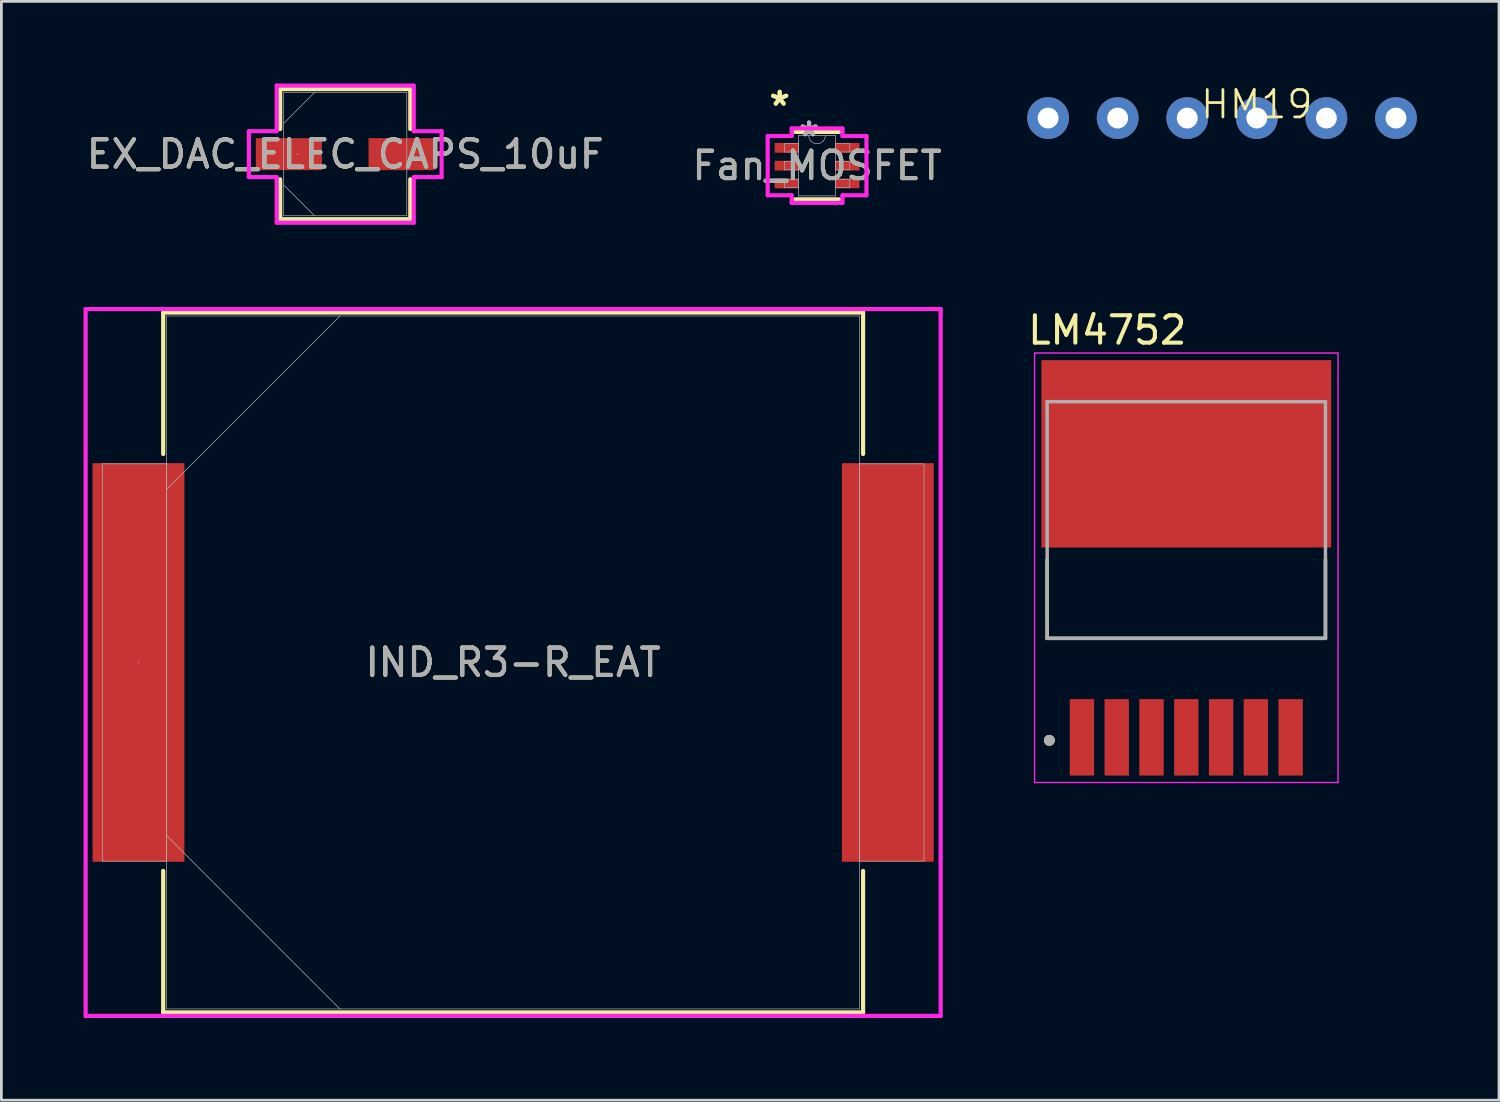
<source format=kicad_pcb>
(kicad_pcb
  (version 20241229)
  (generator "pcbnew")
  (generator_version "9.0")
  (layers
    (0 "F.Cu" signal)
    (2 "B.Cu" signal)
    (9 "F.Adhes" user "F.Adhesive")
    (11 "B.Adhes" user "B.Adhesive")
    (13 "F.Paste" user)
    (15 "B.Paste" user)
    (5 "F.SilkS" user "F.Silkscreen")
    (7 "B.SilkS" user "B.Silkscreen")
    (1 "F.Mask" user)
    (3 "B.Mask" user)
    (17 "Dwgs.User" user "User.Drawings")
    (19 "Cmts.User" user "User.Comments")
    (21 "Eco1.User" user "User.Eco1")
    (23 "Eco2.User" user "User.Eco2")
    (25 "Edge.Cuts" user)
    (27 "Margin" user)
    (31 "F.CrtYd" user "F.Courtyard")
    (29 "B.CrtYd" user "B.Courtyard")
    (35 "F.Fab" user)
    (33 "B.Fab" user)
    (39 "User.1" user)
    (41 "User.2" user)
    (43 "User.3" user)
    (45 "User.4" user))
  (footprint "Fan_MOSFET"
    (layer "F.Cu")
    (at 26.78 2.997)
    (property "Reference" "Fan_MOSFET" (at 0 0 0) (unlocked yes) (layer "F.SilkS") (effects (font (size 1 1) (thickness 0.15))))
    (attr smd)
    (fp_line (start -0.8 1.232) (end 0.8 1.232) (stroke (width 0.152) (type solid)) (layer "F.SilkS"))
    (fp_line (start 0.8 -1.232) (end -0.8 -1.232) (stroke (width 0.152) (type solid)) (layer "F.SilkS"))
    (fp_line (start -1.803 -1.082) (end -0.927 -1.082) (stroke (width 0.152) (type solid)) (layer "F.CrtYd"))
    (fp_line (start -1.803 1.082) (end -1.803 -1.082) (stroke (width 0.152) (type solid)) (layer "F.CrtYd"))
    (fp_line (start -1.803 1.082) (end -0.927 1.082) (stroke (width 0.152) (type solid)) (layer "F.CrtYd"))
    (fp_line (start -0.927 -1.359) (end 0.927 -1.359) (stroke (width 0.152) (type solid)) (layer "F.CrtYd"))
    (fp_line (start -0.927 -1.082) (end -0.927 -1.359) (stroke (width 0.152) (type solid)) (layer "F.CrtYd"))
    (fp_line (start -0.927 1.359) (end -0.927 1.082) (stroke (width 0.152) (type solid)) (layer "F.CrtYd"))
    (fp_line (start 0.927 -1.359) (end 0.927 -1.082) (stroke (width 0.152) (type solid)) (layer "F.CrtYd"))
    (fp_line (start 0.927 1.082) (end 0.927 1.359) (stroke (width 0.152) (type solid)) (layer "F.CrtYd"))
    (fp_line (start 0.927 1.359) (end -0.927 1.359) (stroke (width 0.152) (type solid)) (layer "F.CrtYd"))
    (fp_line (start 1.803 -1.082) (end 0.927 -1.082) (stroke (width 0.152) (type solid)) (layer "F.CrtYd"))
    (fp_line (start 1.803 -1.082) (end 1.803 1.082) (stroke (width 0.152) (type solid)) (layer "F.CrtYd"))
    (fp_line (start 1.803 1.082) (end 0.927 1.082) (stroke (width 0.152) (type solid)) (layer "F.CrtYd"))
    (fp_line (start -1.194 -0.802) (end -1.194 -0.498) (stroke (width 0.025) (type solid)) (layer "F.Fab"))
    (fp_line (start -1.194 -0.498) (end -0.673 -0.498) (stroke (width 0.025) (type solid)) (layer "F.Fab"))
    (fp_line (start -1.194 -0.152) (end -1.194 0.152) (stroke (width 0.025) (type solid)) (layer "F.Fab"))
    (fp_line (start -1.194 0.152) (end -0.673 0.152) (stroke (width 0.025) (type solid)) (layer "F.Fab"))
    (fp_line (start -1.194 0.498) (end -1.194 0.802) (stroke (width 0.025) (type solid)) (layer "F.Fab"))
    (fp_line (start -1.194 0.802) (end -0.673 0.802) (stroke (width 0.025) (type solid)) (layer "F.Fab"))
    (fp_line (start -0.673 -1.105) (end -0.673 1.105) (stroke (width 0.025) (type solid)) (layer "F.Fab"))
    (fp_line (start -0.673 -0.802) (end -1.194 -0.802) (stroke (width 0.025) (type solid)) (layer "F.Fab"))
    (fp_line (start -0.673 -0.498) (end -0.673 -0.802) (stroke (width 0.025) (type solid)) (layer "F.Fab"))
    (fp_line (start -0.673 -0.152) (end -1.194 -0.152) (stroke (width 0.025) (type solid)) (layer "F.Fab"))
    (fp_line (start -0.673 0.152) (end -0.673 -0.152) (stroke (width 0.025) (type solid)) (layer "F.Fab"))
    (fp_line (start -0.673 0.498) (end -1.194 0.498) (stroke (width 0.025) (type solid)) (layer "F.Fab"))
    (fp_line (start -0.673 0.802) (end -0.673 0.498) (stroke (width 0.025) (type solid)) (layer "F.Fab"))
    (fp_line (start -0.673 1.105) (end 0.673 1.105) (stroke (width 0.025) (type solid)) (layer "F.Fab"))
    (fp_line (start 0.673 -1.105) (end -0.673 -1.105) (stroke (width 0.025) (type solid)) (layer "F.Fab"))
    (fp_line (start 0.673 -0.802) (end 0.673 -0.498) (stroke (width 0.025) (type solid)) (layer "F.Fab"))
    (fp_line (start 0.673 -0.498) (end 1.194 -0.498) (stroke (width 0.025) (type solid)) (layer "F.Fab"))
    (fp_line (start 0.673 -0.152) (end 0.673 0.152) (stroke (width 0.025) (type solid)) (layer "F.Fab"))
    (fp_line (start 0.673 0.152) (end 1.194 0.152) (stroke (width 0.025) (type solid)) (layer "F.Fab"))
    (fp_line (start 0.673 0.498) (end 0.673 0.802) (stroke (width 0.025) (type solid)) (layer "F.Fab"))
    (fp_line (start 0.673 0.802) (end 1.194 0.802) (stroke (width 0.025) (type solid)) (layer "F.Fab"))
    (fp_line (start 0.673 1.105) (end 0.673 -1.105) (stroke (width 0.025) (type solid)) (layer "F.Fab"))
    (fp_line (start 1.194 -0.802) (end 0.673 -0.802) (stroke (width 0.025) (type solid)) (layer "F.Fab"))
    (fp_line (start 1.194 -0.498) (end 1.194 -0.802) (stroke (width 0.025) (type solid)) (layer "F.Fab"))
    (fp_line (start 1.194 -0.152) (end 0.673 -0.152) (stroke (width 0.025) (type solid)) (layer "F.Fab"))
    (fp_line (start 1.194 0.152) (end 1.194 -0.152) (stroke (width 0.025) (type solid)) (layer "F.Fab"))
    (fp_line (start 1.194 0.498) (end 0.673 0.498) (stroke (width 0.025) (type solid)) (layer "F.Fab"))
    (fp_line (start 1.194 0.802) (end 1.194 0.498) (stroke (width 0.025) (type solid)) (layer "F.Fab"))
    (fp_arc (start 0.3048 -1.1049) (mid 0 -0.8001) (end -0.3048 -1.1049) (stroke (width 0.0254) (type solid)) (layer "F.Fab"))
    (fp_text user "*" (at -1.365 -2.149 0) (layer "F.SilkS") (effects (font (size 1 1) (thickness 0.15))))
    (fp_text user "*" (at -1.365 -2.149 0) (unlocked yes) (layer "F.SilkS") (effects (font (size 1 1) (thickness 0.15))))
    (fp_text user "${REFERENCE}" (at 0 0 0) (unlocked yes) (layer "F.Fab") (effects (font (size 1 1) (thickness 0.15))))
    (fp_text user "*" (at -0.292 -1.029 0) (layer "F.Fab") (effects (font (size 1 1) (thickness 0.15))))
    (fp_text user "*" (at -0.292 -1.029 0) (unlocked yes) (layer "F.Fab") (effects (font (size 1 1) (thickness 0.15))))
    (pad "1" smd rect (at -1.111 -0.65) (size 0.876 0.356) (layers "F.Cu" "F.Mask" "F.Paste"))
    (pad "2" smd rect (at -1.111 0) (size 0.876 0.356) (layers "F.Cu" "F.Mask" "F.Paste"))
    (pad "3" smd rect (at -1.111 0.65) (size 0.876 0.356) (layers "F.Cu" "F.Mask" "F.Paste"))
    (pad "4" smd rect (at 1.111 0.65) (size 0.876 0.356) (layers "F.Cu" "F.Mask" "F.Paste"))
    (pad "5" smd rect (at 1.111 0) (size 0.876 0.356) (layers "F.Cu" "F.Mask" "F.Paste"))
    (pad "6" smd rect (at 1.111 -0.65) (size 0.876 0.356) (layers "F.Cu" "F.Mask" "F.Paste")))
  (footprint "LM4752"
    (layer "F.Cu")
    (at 40.26 17.679)
    (property "Reference" "LM4752" (at -2.885 -8.675 0) (layer "F.SilkS") (effects (font (size 1 1) (thickness 0.15))))
    (attr smd)
    (fp_line (start -5.08 -0.3) (end -5.08 2.575) (stroke (width 0.127) (type solid)) (layer "F.SilkS"))
    (fp_line (start -5.08 2.575) (end 5.08 2.575) (stroke (width 0.127) (type solid)) (layer "F.SilkS"))
    (fp_line (start 5.08 2.575) (end 5.08 -0.3) (stroke (width 0.127) (type solid)) (layer "F.SilkS"))
    (fp_circle (center -5 6.3) (end -4.9 6.3) (stroke (width 0.2) (type solid)) (fill no) (layer "F.SilkS"))
    (fp_poly (pts (xy -5.03 -6.825) (xy -3.77 -6.825) (xy -3.77 -4.915) (xy -5.03 -4.915)) (stroke (width 0.01) (type solid)) (fill yes) (layer "F.Paste"))
    (fp_poly (pts (xy -5.03 -3.405) (xy -3.77 -3.405) (xy -3.77 -1.495) (xy -5.03 -1.495)) (stroke (width 0.01) (type solid)) (fill yes) (layer "F.Paste"))
    (fp_poly (pts (xy -3.27 -6.825) (xy -2.01 -6.825) (xy -2.01 -4.915) (xy -3.27 -4.915)) (stroke (width 0.01) (type solid)) (fill yes) (layer "F.Paste"))
    (fp_poly (pts (xy -3.27 -3.405) (xy -2.01 -3.405) (xy -2.01 -1.495) (xy -3.27 -1.495)) (stroke (width 0.01) (type solid)) (fill yes) (layer "F.Paste"))
    (fp_poly (pts (xy -1.51 -6.825) (xy -0.25 -6.825) (xy -0.25 -4.915) (xy -1.51 -4.915)) (stroke (width 0.01) (type solid)) (fill yes) (layer "F.Paste"))
    (fp_poly (pts (xy -1.51 -3.405) (xy -0.25 -3.405) (xy -0.25 -1.495) (xy -1.51 -1.495)) (stroke (width 0.01) (type solid)) (fill yes) (layer "F.Paste"))
    (fp_poly (pts (xy 0.25 -6.825) (xy 1.51 -6.825) (xy 1.51 -4.915) (xy 0.25 -4.915)) (stroke (width 0.01) (type solid)) (fill yes) (layer "F.Paste"))
    (fp_poly (pts (xy 0.25 -3.405) (xy 1.51 -3.405) (xy 1.51 -1.495) (xy 0.25 -1.495)) (stroke (width 0.01) (type solid)) (fill yes) (layer "F.Paste"))
    (fp_poly (pts (xy 2.01 -6.825) (xy 3.27 -6.825) (xy 3.27 -4.915) (xy 2.01 -4.915)) (stroke (width 0.01) (type solid)) (fill yes) (layer "F.Paste"))
    (fp_poly (pts (xy 2.01 -3.405) (xy 3.27 -3.405) (xy 3.27 -1.495) (xy 2.01 -1.495)) (stroke (width 0.01) (type solid)) (fill yes) (layer "F.Paste"))
    (fp_poly (pts (xy 3.77 -6.825) (xy 5.03 -6.825) (xy 5.03 -4.915) (xy 3.77 -4.915)) (stroke (width 0.01) (type solid)) (fill yes) (layer "F.Paste"))
    (fp_poly (pts (xy 3.77 -3.405) (xy 5.03 -3.405) (xy 5.03 -1.495) (xy 3.77 -1.495)) (stroke (width 0.01) (type solid)) (fill yes) (layer "F.Paste"))
    (fp_line (start -5.54 -7.84) (end 5.54 -7.84) (stroke (width 0.05) (type solid)) (layer "F.CrtYd"))
    (fp_line (start -5.54 7.84) (end -5.54 -7.84) (stroke (width 0.05) (type solid)) (layer "F.CrtYd"))
    (fp_line (start 5.54 -7.84) (end 5.54 7.84) (stroke (width 0.05) (type solid)) (layer "F.CrtYd"))
    (fp_line (start 5.54 7.84) (end -5.54 7.84) (stroke (width 0.05) (type solid)) (layer "F.CrtYd"))
    (fp_line (start -5.08 -6.065) (end 5.08 -6.065) (stroke (width 0.127) (type solid)) (layer "F.Fab"))
    (fp_line (start -5.08 2.575) (end -5.08 -6.065) (stroke (width 0.127) (type solid)) (layer "F.Fab"))
    (fp_line (start -5.08 2.575) (end 5.08 2.575) (stroke (width 0.127) (type solid)) (layer "F.Fab"))
    (fp_line (start 5.08 -6.065) (end 5.08 2.575) (stroke (width 0.127) (type solid)) (layer "F.Fab"))
    (fp_circle (center -5 6.3) (end -4.9 6.3) (stroke (width 0.2) (type solid)) (fill no) (layer "F.Fab"))
    (pad "1" smd rect (at -3.81 6.19) (size 0.89 2.79) (layers "F.Cu" "F.Mask" "F.Paste"))
    (pad "2" smd rect (at -2.54 6.19) (size 0.89 2.79) (layers "F.Cu" "F.Mask" "F.Paste"))
    (pad "3" smd rect (at -1.27 6.19) (size 0.89 2.79) (layers "F.Cu" "F.Mask" "F.Paste"))
    (pad "4" smd rect (at 0 6.19) (size 0.89 2.79) (layers "F.Cu" "F.Mask" "F.Paste"))
    (pad "5" smd rect (at 1.27 6.19) (size 0.89 2.79) (layers "F.Cu" "F.Mask" "F.Paste"))
    (pad "6" smd rect (at 2.54 6.19) (size 0.89 2.79) (layers "F.Cu" "F.Mask" "F.Paste"))
    (pad "7" smd rect (at 3.81 6.19) (size 0.89 2.79) (layers "F.Cu" "F.Mask" "F.Paste"))
    (pad "8" smd rect (at 0 -4.16) (size 10.58 6.84) (layers "F.Cu" "F.Mask")))
  (footprint "HM19"
    (layer "F.Cu")
    (at 42.834 1.26)
    (property "Reference" "HM19" (at 0 -0.5 0) (unlocked yes) (layer "F.SilkS") (effects (font (size 1 1) (thickness 0.1))))
    (attr through_hole)
    (pad "1" thru_hole circle (at 0 0) (size 1.524 1.524) (drill 0.762) (layers "*.Cu" "*.Mask"))
    (pad "2" thru_hole circle (at 2.54 0) (size 1.524 1.524) (drill 0.762) (layers "*.Cu" "*.Mask"))
    (pad "3" thru_hole circle (at 5.08 0) (size 1.524 1.524) (drill 0.762) (layers "*.Cu" "*.Mask"))
    (pad "4" thru_hole circle (at -2.54 0) (size 1.524 1.524) (drill 0.762) (layers "*.Cu" "*.Mask"))
    (pad "5" thru_hole circle (at -5.08 0) (size 1.524 1.524) (drill 0.762) (layers "*.Cu" "*.Mask"))
    (pad "6" thru_hole circle (at -7.62 0) (size 1.524 1.524) (drill 0.762) (layers "*.Cu" "*.Mask")))
  (footprint "IND_R3-R_EAT"
    (layer "F.Cu")
    (at 15.684 21.136)
    (property "Reference" "IND_R3-R_EAT" (at 0 0 0) (unlocked yes) (layer "F.SilkS") (effects (font (size 1 1) (thickness 0.15))))
    (attr smd)
    (fp_line (start -12.776 -12.776) (end -12.776 -7.61) (stroke (width 0.152) (type solid)) (layer "F.SilkS"))
    (fp_line (start -12.776 7.61) (end -12.776 12.776) (stroke (width 0.152) (type solid)) (layer "F.SilkS"))
    (fp_line (start -12.776 12.776) (end 12.776 12.776) (stroke (width 0.152) (type solid)) (layer "F.SilkS"))
    (fp_line (start 12.776 -12.776) (end -12.776 -12.776) (stroke (width 0.152) (type solid)) (layer "F.SilkS"))
    (fp_line (start 12.776 -7.61) (end 12.776 -12.776) (stroke (width 0.152) (type solid)) (layer "F.SilkS"))
    (fp_line (start 12.776 12.776) (end 12.776 7.61) (stroke (width 0.152) (type solid)) (layer "F.SilkS"))
    (fp_line (start -15.608 -12.903) (end 15.608 -12.903) (stroke (width 0.152) (type solid)) (layer "F.CrtYd"))
    (fp_line (start -15.608 12.903) (end -15.608 -12.903) (stroke (width 0.152) (type solid)) (layer "F.CrtYd"))
    (fp_line (start 15.608 -12.903) (end 15.608 12.903) (stroke (width 0.152) (type solid)) (layer "F.CrtYd"))
    (fp_line (start 15.608 12.903) (end -15.608 12.903) (stroke (width 0.152) (type solid)) (layer "F.CrtYd"))
    (fp_line (start -14.999 -7.252) (end -14.999 7.252) (stroke (width 0.025) (type solid)) (layer "F.Fab"))
    (fp_line (start -14.999 7.252) (end -12.649 7.252) (stroke (width 0.025) (type solid)) (layer "F.Fab"))
    (fp_line (start -12.649 -12.649) (end -12.649 12.649) (stroke (width 0.025) (type solid)) (layer "F.Fab"))
    (fp_line (start -12.649 -7.252) (end -14.999 -7.252) (stroke (width 0.025) (type solid)) (layer "F.Fab"))
    (fp_line (start -12.649 -6.325) (end -6.325 -12.649) (stroke (width 0.025) (type solid)) (layer "F.Fab"))
    (fp_line (start -12.649 6.325) (end -6.325 12.649) (stroke (width 0.025) (type solid)) (layer "F.Fab"))
    (fp_line (start -12.649 7.252) (end -12.649 -7.252) (stroke (width 0.025) (type solid)) (layer "F.Fab"))
    (fp_line (start -12.649 12.649) (end 12.649 12.649) (stroke (width 0.025) (type solid)) (layer "F.Fab"))
    (fp_line (start 12.649 -12.649) (end -12.649 -12.649) (stroke (width 0.025) (type solid)) (layer "F.Fab"))
    (fp_line (start 12.649 -7.252) (end 12.649 7.252) (stroke (width 0.025) (type solid)) (layer "F.Fab"))
    (fp_line (start 12.649 7.252) (end 14.999 7.252) (stroke (width 0.025) (type solid)) (layer "F.Fab"))
    (fp_line (start 12.649 12.649) (end 12.649 -12.649) (stroke (width 0.025) (type solid)) (layer "F.Fab"))
    (fp_line (start 14.999 -7.252) (end 12.649 -7.252) (stroke (width 0.025) (type solid)) (layer "F.Fab"))
    (fp_line (start 14.999 7.252) (end 14.999 -7.252) (stroke (width 0.025) (type solid)) (layer "F.Fab"))
    (fp_circle (center -13.678 0) (end -13.678 0) (stroke (width 0.025) (type solid)) (fill no) (layer "F.Fab"))
    (fp_text user "${REFERENCE}" (at 0 0 0) (unlocked yes) (layer "F.Fab") (effects (font (size 1 1) (thickness 0.15))))
    (pad "1" smd rect (at -13.678 0) (size 3.353 14.554) (layers "F.Cu" "F.Mask" "F.Paste"))
    (pad "2" smd rect (at 13.678 0) (size 3.353 14.554) (layers "F.Cu" "F.Mask" "F.Paste"))
    (zone (net_name "") (layer "F.Cu") (hatch full 0.508) (connect_pads) (min_thickness 0.254) (filled_areas_thickness no) (keepout (tracks not_allowed) (vias not_allowed) (pads allowed) (copperpour not_allowed) (footprints allowed)) (placement (enabled no)) (fill) (polygon (pts (xy 3.734 8.537) (xy 27.635 8.537) (xy 27.635 33.734) (xy 3.734 33.734)))))
  (footprint "EX_DAC_ELEC_CAPS_10uF"
    (layer "F.Cu")
    (at 9.554 2.578)
    (property "Reference" "EX_DAC_ELEC_CAPS_10uF" (at 0 0 0) (unlocked yes) (layer "F.SilkS") (effects (font (size 1 1) (thickness 0.15))))
    (attr smd)
    (fp_line (start -2.375 -2.375) (end -2.375 -0.917) (stroke (width 0.152) (type solid)) (layer "F.SilkS"))
    (fp_line (start -2.375 0.917) (end -2.375 2.375) (stroke (width 0.152) (type solid)) (layer "F.SilkS"))
    (fp_line (start -2.375 2.375) (end 2.375 2.375) (stroke (width 0.152) (type solid)) (layer "F.SilkS"))
    (fp_line (start 2.375 -2.375) (end -2.375 -2.375) (stroke (width 0.152) (type solid)) (layer "F.SilkS"))
    (fp_line (start 2.375 -0.917) (end 2.375 -2.375) (stroke (width 0.152) (type solid)) (layer "F.SilkS"))
    (fp_line (start 2.375 2.375) (end 2.375 0.917) (stroke (width 0.152) (type solid)) (layer "F.SilkS"))
    (fp_line (start -3.518 -0.838) (end -2.502 -0.838) (stroke (width 0.152) (type solid)) (layer "F.CrtYd"))
    (fp_line (start -3.518 0.838) (end -3.518 -0.838) (stroke (width 0.152) (type solid)) (layer "F.CrtYd"))
    (fp_line (start -2.502 -2.502) (end 2.502 -2.502) (stroke (width 0.152) (type solid)) (layer "F.CrtYd"))
    (fp_line (start -2.502 -0.838) (end -2.502 -2.502) (stroke (width 0.152) (type solid)) (layer "F.CrtYd"))
    (fp_line (start -2.502 0.838) (end -3.518 0.838) (stroke (width 0.152) (type solid)) (layer "F.CrtYd"))
    (fp_line (start -2.502 2.502) (end -2.502 0.838) (stroke (width 0.152) (type solid)) (layer "F.CrtYd"))
    (fp_line (start 2.502 -2.502) (end 2.502 -0.838) (stroke (width 0.152) (type solid)) (layer "F.CrtYd"))
    (fp_line (start 2.502 -0.838) (end 3.518 -0.838) (stroke (width 0.152) (type solid)) (layer "F.CrtYd"))
    (fp_line (start 2.502 0.838) (end 2.502 2.502) (stroke (width 0.152) (type solid)) (layer "F.CrtYd"))
    (fp_line (start 2.502 2.502) (end -2.502 2.502) (stroke (width 0.152) (type solid)) (layer "F.CrtYd"))
    (fp_line (start 3.518 -0.838) (end 3.518 0.838) (stroke (width 0.152) (type solid)) (layer "F.CrtYd"))
    (fp_line (start 3.518 0.838) (end 2.502 0.838) (stroke (width 0.152) (type solid)) (layer "F.CrtYd"))
    (fp_line (start -2.248 -2.248) (end -2.248 2.248) (stroke (width 0.025) (type solid)) (layer "F.Fab"))
    (fp_line (start -2.248 -1.124) (end -1.124 -2.248) (stroke (width 0.025) (type solid)) (layer "F.Fab"))
    (fp_line (start -2.248 1.124) (end -1.124 2.248) (stroke (width 0.025) (type solid)) (layer "F.Fab"))
    (fp_line (start -2.248 2.248) (end 2.248 2.248) (stroke (width 0.025) (type solid)) (layer "F.Fab"))
    (fp_line (start 2.248 -2.248) (end -2.248 -2.248) (stroke (width 0.025) (type solid)) (layer "F.Fab"))
    (fp_line (start 2.248 2.248) (end 2.248 -2.248) (stroke (width 0.025) (type solid)) (layer "F.Fab"))
    (fp_circle (center -1.74 0) (end -1.74 0) (stroke (width 0.025) (type solid)) (fill no) (layer "F.Fab"))
    (fp_text user "${REFERENCE}" (at 0 0 0) (unlocked yes) (layer "F.Fab") (effects (font (size 1 1) (thickness 0.15))))
    (pad "1" smd rect (at -2.057 0) (size 2.413 1.168) (layers "F.Cu" "F.Mask" "F.Paste"))
    (pad "2" smd rect (at 2.057 0) (size 2.413 1.168) (layers "F.Cu" "F.Mask" "F.Paste"))
    (zone (net_name "") (layer "F.Cu") (hatch full 0.508) (connect_pads) (min_thickness 0.254) (filled_areas_thickness no) (keepout (tracks not_allowed) (vias not_allowed) (pads allowed) (copperpour not_allowed) (footprints allowed)) (placement (enabled no)) (fill) (polygon (pts (xy 7.356 0.381) (xy 11.751 0.381) (xy 11.751 1.943) (xy 7.356 1.943))))
    (zone (net_name "") (layer "F.Cu") (hatch full 0.508) (connect_pads) (min_thickness 0.254) (filled_areas_thickness no) (keepout (tracks not_allowed) (vias not_allowed) (pads allowed) (copperpour not_allowed) (footprints allowed)) (placement (enabled no)) (fill) (polygon (pts (xy 7.356 3.213) (xy 11.751 3.213) (xy 11.751 4.775) (xy 7.356 4.775))))
    (zone (net_name "") (layer "F.Cu") (hatch full 0.508) (connect_pads) (min_thickness 0.254) (filled_areas_thickness no) (keepout (tracks not_allowed) (vias not_allowed) (pads allowed) (copperpour not_allowed) (footprints allowed)) (placement (enabled no)) (fill) (polygon (pts (xy 8.753 1.943) (xy 10.354 1.943) (xy 10.354 3.213) (xy 8.753 3.213)))))
  (gr_rect
    (start -3 -3)
    (end 51.676 37.115)
    (stroke (width 0.1) (type default))
    (fill no)
    (layer "Edge.Cuts")))
</source>
